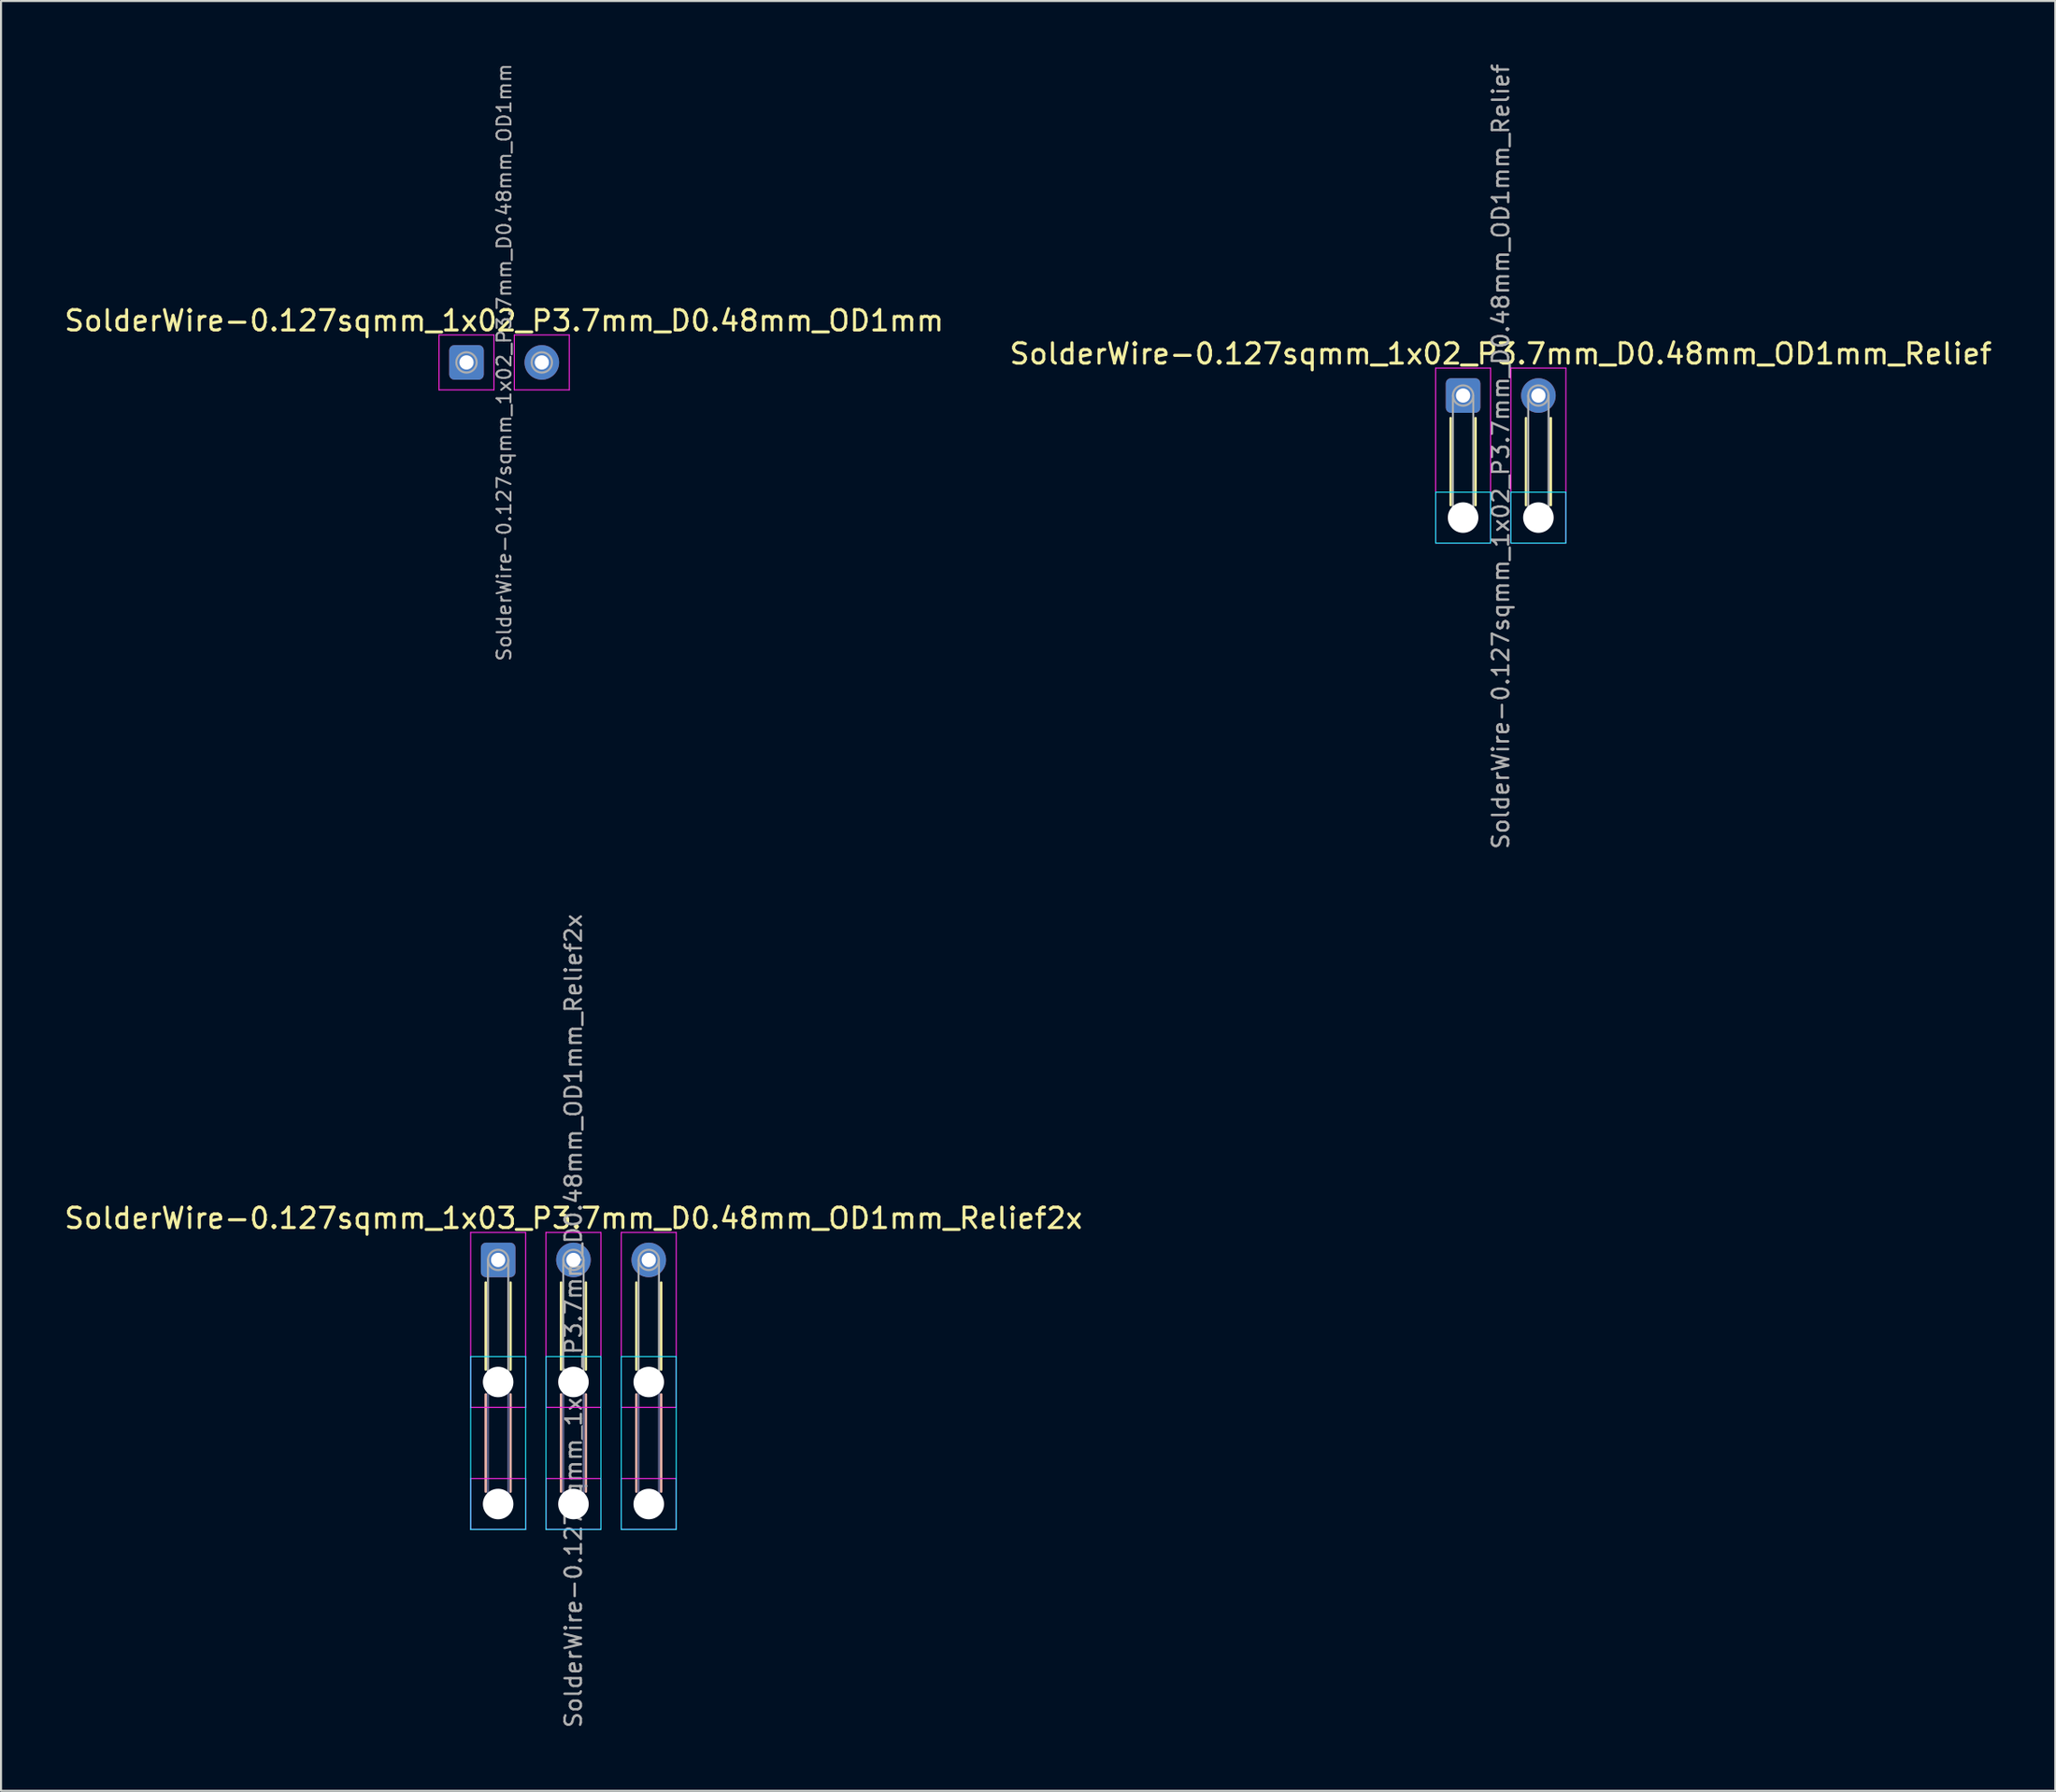
<source format=kicad_pcb>
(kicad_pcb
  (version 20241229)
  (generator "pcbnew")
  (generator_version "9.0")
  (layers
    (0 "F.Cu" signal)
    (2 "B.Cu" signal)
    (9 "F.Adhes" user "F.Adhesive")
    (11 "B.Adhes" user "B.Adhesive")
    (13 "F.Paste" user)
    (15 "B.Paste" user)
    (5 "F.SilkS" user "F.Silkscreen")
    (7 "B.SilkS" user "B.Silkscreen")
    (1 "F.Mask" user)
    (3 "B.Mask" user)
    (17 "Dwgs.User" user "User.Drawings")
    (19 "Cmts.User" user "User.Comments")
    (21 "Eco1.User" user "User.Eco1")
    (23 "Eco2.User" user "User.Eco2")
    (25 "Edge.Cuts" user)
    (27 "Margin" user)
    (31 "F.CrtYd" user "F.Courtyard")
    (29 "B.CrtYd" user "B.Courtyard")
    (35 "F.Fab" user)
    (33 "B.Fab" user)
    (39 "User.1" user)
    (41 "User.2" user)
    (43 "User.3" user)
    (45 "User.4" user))
  (footprint "SolderWire-0.127sqmm_1x02_P3.7mm_D0.48mm_OD1mm_Relief"
    (layer "F.Cu")
    (at 68.835 16.395)
    (property "Reference" "SolderWire-0.127sqmm_1x02_P3.7mm_D0.48mm_OD1mm_Relief" (at 1.85 -2.05 0) (layer "F.SilkS") (effects (font (size 1 1) (thickness 0.15))))
    (attr exclude_from_pos_files exclude_from_bom)
    (fp_line (start -0.61 1.11) (end -0.61 5.39) (stroke (width 0.12) (type solid)) (layer "F.SilkS"))
    (fp_line (start 0.61 1.11) (end 0.61 5.39) (stroke (width 0.12) (type solid)) (layer "F.SilkS"))
    (fp_line (start 3.09 1.11) (end 3.09 5.39) (stroke (width 0.12) (type solid)) (layer "F.SilkS"))
    (fp_line (start 4.31 1.11) (end 4.31 5.39) (stroke (width 0.12) (type solid)) (layer "F.SilkS"))
    (fp_line (start -1.35 4.75) (end -1.35 7.25) (stroke (width 0.05) (type solid)) (layer "B.CrtYd"))
    (fp_line (start -1.35 7.25) (end 1.35 7.25) (stroke (width 0.05) (type solid)) (layer "B.CrtYd"))
    (fp_line (start 1.35 4.75) (end -1.35 4.75) (stroke (width 0.05) (type solid)) (layer "B.CrtYd"))
    (fp_line (start 1.35 7.25) (end 1.35 4.75) (stroke (width 0.05) (type solid)) (layer "B.CrtYd"))
    (fp_line (start 2.35 4.75) (end 2.35 7.25) (stroke (width 0.05) (type solid)) (layer "B.CrtYd"))
    (fp_line (start 2.35 7.25) (end 5.05 7.25) (stroke (width 0.05) (type solid)) (layer "B.CrtYd"))
    (fp_line (start 5.05 4.75) (end 2.35 4.75) (stroke (width 0.05) (type solid)) (layer "B.CrtYd"))
    (fp_line (start 5.05 7.25) (end 5.05 4.75) (stroke (width 0.05) (type solid)) (layer "B.CrtYd"))
    (fp_line (start -1.35 -1.35) (end -1.35 7.25) (stroke (width 0.05) (type solid)) (layer "F.CrtYd"))
    (fp_line (start -1.35 7.25) (end 1.35 7.25) (stroke (width 0.05) (type solid)) (layer "F.CrtYd"))
    (fp_line (start 1.35 -1.35) (end -1.35 -1.35) (stroke (width 0.05) (type solid)) (layer "F.CrtYd"))
    (fp_line (start 1.35 7.25) (end 1.35 -1.35) (stroke (width 0.05) (type solid)) (layer "F.CrtYd"))
    (fp_line (start 2.35 -1.35) (end 2.35 7.25) (stroke (width 0.05) (type solid)) (layer "F.CrtYd"))
    (fp_line (start 2.35 7.25) (end 5.05 7.25) (stroke (width 0.05) (type solid)) (layer "F.CrtYd"))
    (fp_line (start 5.05 -1.35) (end 2.35 -1.35) (stroke (width 0.05) (type solid)) (layer "F.CrtYd"))
    (fp_line (start 5.05 7.25) (end 5.05 -1.35) (stroke (width 0.05) (type solid)) (layer "F.CrtYd"))
    (fp_line (start -0.5 0) (end -0.5 6) (stroke (width 0.1) (type solid)) (layer "F.Fab"))
    (fp_line (start 0.5 0) (end 0.5 6) (stroke (width 0.1) (type solid)) (layer "F.Fab"))
    (fp_line (start 3.2 0) (end 3.2 6) (stroke (width 0.1) (type solid)) (layer "F.Fab"))
    (fp_line (start 4.2 0) (end 4.2 6) (stroke (width 0.1) (type solid)) (layer "F.Fab"))
    (fp_circle (center 0 0) (end 0.5 0) (stroke (width 0.1) (type solid)) (fill no) (layer "F.Fab"))
    (fp_circle (center 0 6) (end 0.5 6) (stroke (width 0.1) (type solid)) (fill no) (layer "F.Fab"))
    (fp_circle (center 3.7 0) (end 4.2 0) (stroke (width 0.1) (type solid)) (fill no) (layer "F.Fab"))
    (fp_circle (center 3.7 6) (end 4.2 6) (stroke (width 0.1) (type solid)) (fill no) (layer "F.Fab"))
    (fp_text user "${REFERENCE}" (at 1.85 3 90) (layer "F.Fab") (effects (font (size 0.8 0.8) (thickness 0.12))))
    (pad "" np_thru_hole circle (at 0 6) (size 1.5 1.5) (drill 1.5) (layers "*.Cu" "*.Mask"))
    (pad "" np_thru_hole circle (at 3.7 6) (size 1.5 1.5) (drill 1.5) (layers "*.Cu" "*.Mask"))
    (pad "1" thru_hole roundrect (at 0 0) (size 1.7 1.7) (drill 0.7) (layers "*.Cu" "*.Mask") (roundrect_rratio 0.147))
    (pad "2" thru_hole circle (at 3.7 0) (size 1.7 1.7) (drill 0.7) (layers "*.Cu" "*.Mask")))
  (footprint "SolderWire-0.127sqmm_1x02_P3.7mm_D0.48mm_OD1mm"
    (layer "F.Cu")
    (at 19.87 14.767)
    (property "Reference" "SolderWire-0.127sqmm_1x02_P3.7mm_D0.48mm_OD1mm" (at 1.85 -2.05 0) (layer "F.SilkS") (effects (font (size 1 1) (thickness 0.15))))
    (attr exclude_from_pos_files exclude_from_bom)
    (fp_line (start -1.35 -1.35) (end -1.35 1.35) (stroke (width 0.05) (type solid)) (layer "F.CrtYd"))
    (fp_line (start -1.35 1.35) (end 1.35 1.35) (stroke (width 0.05) (type solid)) (layer "F.CrtYd"))
    (fp_line (start 1.35 -1.35) (end -1.35 -1.35) (stroke (width 0.05) (type solid)) (layer "F.CrtYd"))
    (fp_line (start 1.35 1.35) (end 1.35 -1.35) (stroke (width 0.05) (type solid)) (layer "F.CrtYd"))
    (fp_line (start 2.35 -1.35) (end 2.35 1.35) (stroke (width 0.05) (type solid)) (layer "F.CrtYd"))
    (fp_line (start 2.35 1.35) (end 5.05 1.35) (stroke (width 0.05) (type solid)) (layer "F.CrtYd"))
    (fp_line (start 5.05 -1.35) (end 2.35 -1.35) (stroke (width 0.05) (type solid)) (layer "F.CrtYd"))
    (fp_line (start 5.05 1.35) (end 5.05 -1.35) (stroke (width 0.05) (type solid)) (layer "F.CrtYd"))
    (fp_circle (center 0 0) (end 0.5 0) (stroke (width 0.1) (type solid)) (fill no) (layer "F.Fab"))
    (fp_circle (center 3.7 0) (end 4.2 0) (stroke (width 0.1) (type solid)) (fill no) (layer "F.Fab"))
    (fp_text user "${REFERENCE}" (at 1.85 0 90) (layer "F.Fab") (effects (font (size 0.68 0.68) (thickness 0.1))))
    (pad "1" thru_hole roundrect (at 0 0) (size 1.7 1.7) (drill 0.7) (layers "*.Cu" "*.Mask") (roundrect_rratio 0.147))
    (pad "2" thru_hole circle (at 3.7 0) (size 1.7 1.7) (drill 0.7) (layers "*.Cu" "*.Mask")))
  (footprint "SolderWire-0.127sqmm_1x03_P3.7mm_D0.48mm_OD1mm_Relief2x"
    (layer "F.Cu")
    (at 21.425 58.89)
    (property "Reference" "SolderWire-0.127sqmm_1x03_P3.7mm_D0.48mm_OD1mm_Relief2x" (at 3.7 -2.05 0) (layer "F.SilkS") (effects (font (size 1 1) (thickness 0.15))))
    (attr exclude_from_pos_files exclude_from_bom)
    (fp_line (start -0.61 1.11) (end -0.61 5.39) (stroke (width 0.12) (type solid)) (layer "F.SilkS"))
    (fp_line (start 0.61 1.11) (end 0.61 5.39) (stroke (width 0.12) (type solid)) (layer "F.SilkS"))
    (fp_line (start 3.09 1.11) (end 3.09 5.39) (stroke (width 0.12) (type solid)) (layer "F.SilkS"))
    (fp_line (start 4.31 1.11) (end 4.31 5.39) (stroke (width 0.12) (type solid)) (layer "F.SilkS"))
    (fp_line (start 6.79 1.11) (end 6.79 5.39) (stroke (width 0.12) (type solid)) (layer "F.SilkS"))
    (fp_line (start 8.01 1.11) (end 8.01 5.39) (stroke (width 0.12) (type solid)) (layer "F.SilkS"))
    (fp_line (start -0.61 6.61) (end -0.61 11.39) (stroke (width 0.12) (type solid)) (layer "B.SilkS"))
    (fp_line (start 0.61 6.61) (end 0.61 11.39) (stroke (width 0.12) (type solid)) (layer "B.SilkS"))
    (fp_line (start 3.09 6.61) (end 3.09 11.39) (stroke (width 0.12) (type solid)) (layer "B.SilkS"))
    (fp_line (start 4.31 6.61) (end 4.31 11.39) (stroke (width 0.12) (type solid)) (layer "B.SilkS"))
    (fp_line (start 6.79 6.61) (end 6.79 11.39) (stroke (width 0.12) (type solid)) (layer "B.SilkS"))
    (fp_line (start 8.01 6.61) (end 8.01 11.39) (stroke (width 0.12) (type solid)) (layer "B.SilkS"))
    (fp_line (start -1.35 4.75) (end -1.35 13.25) (stroke (width 0.05) (type solid)) (layer "B.CrtYd"))
    (fp_line (start -1.35 13.25) (end 1.35 13.25) (stroke (width 0.05) (type solid)) (layer "B.CrtYd"))
    (fp_line (start 1.35 4.75) (end -1.35 4.75) (stroke (width 0.05) (type solid)) (layer "B.CrtYd"))
    (fp_line (start 1.35 13.25) (end 1.35 4.75) (stroke (width 0.05) (type solid)) (layer "B.CrtYd"))
    (fp_line (start 2.35 4.75) (end 2.35 13.25) (stroke (width 0.05) (type solid)) (layer "B.CrtYd"))
    (fp_line (start 2.35 13.25) (end 5.05 13.25) (stroke (width 0.05) (type solid)) (layer "B.CrtYd"))
    (fp_line (start 5.05 4.75) (end 2.35 4.75) (stroke (width 0.05) (type solid)) (layer "B.CrtYd"))
    (fp_line (start 5.05 13.25) (end 5.05 4.75) (stroke (width 0.05) (type solid)) (layer "B.CrtYd"))
    (fp_line (start 6.05 4.75) (end 6.05 13.25) (stroke (width 0.05) (type solid)) (layer "B.CrtYd"))
    (fp_line (start 6.05 13.25) (end 8.75 13.25) (stroke (width 0.05) (type solid)) (layer "B.CrtYd"))
    (fp_line (start 8.75 4.75) (end 6.05 4.75) (stroke (width 0.05) (type solid)) (layer "B.CrtYd"))
    (fp_line (start 8.75 13.25) (end 8.75 4.75) (stroke (width 0.05) (type solid)) (layer "B.CrtYd"))
    (fp_line (start -1.35 -1.35) (end -1.35 7.25) (stroke (width 0.05) (type solid)) (layer "F.CrtYd"))
    (fp_line (start -1.35 7.25) (end 1.35 7.25) (stroke (width 0.05) (type solid)) (layer "F.CrtYd"))
    (fp_line (start -1.35 10.75) (end -1.35 13.25) (stroke (width 0.05) (type solid)) (layer "F.CrtYd"))
    (fp_line (start -1.35 13.25) (end 1.35 13.25) (stroke (width 0.05) (type solid)) (layer "F.CrtYd"))
    (fp_line (start 1.35 -1.35) (end -1.35 -1.35) (stroke (width 0.05) (type solid)) (layer "F.CrtYd"))
    (fp_line (start 1.35 7.25) (end 1.35 -1.35) (stroke (width 0.05) (type solid)) (layer "F.CrtYd"))
    (fp_line (start 1.35 10.75) (end -1.35 10.75) (stroke (width 0.05) (type solid)) (layer "F.CrtYd"))
    (fp_line (start 1.35 13.25) (end 1.35 10.75) (stroke (width 0.05) (type solid)) (layer "F.CrtYd"))
    (fp_line (start 2.35 -1.35) (end 2.35 7.25) (stroke (width 0.05) (type solid)) (layer "F.CrtYd"))
    (fp_line (start 2.35 7.25) (end 5.05 7.25) (stroke (width 0.05) (type solid)) (layer "F.CrtYd"))
    (fp_line (start 2.35 10.75) (end 2.35 13.25) (stroke (width 0.05) (type solid)) (layer "F.CrtYd"))
    (fp_line (start 2.35 13.25) (end 5.05 13.25) (stroke (width 0.05) (type solid)) (layer "F.CrtYd"))
    (fp_line (start 5.05 -1.35) (end 2.35 -1.35) (stroke (width 0.05) (type solid)) (layer "F.CrtYd"))
    (fp_line (start 5.05 7.25) (end 5.05 -1.35) (stroke (width 0.05) (type solid)) (layer "F.CrtYd"))
    (fp_line (start 5.05 10.75) (end 2.35 10.75) (stroke (width 0.05) (type solid)) (layer "F.CrtYd"))
    (fp_line (start 5.05 13.25) (end 5.05 10.75) (stroke (width 0.05) (type solid)) (layer "F.CrtYd"))
    (fp_line (start 6.05 -1.35) (end 6.05 7.25) (stroke (width 0.05) (type solid)) (layer "F.CrtYd"))
    (fp_line (start 6.05 7.25) (end 8.75 7.25) (stroke (width 0.05) (type solid)) (layer "F.CrtYd"))
    (fp_line (start 6.05 10.75) (end 6.05 13.25) (stroke (width 0.05) (type solid)) (layer "F.CrtYd"))
    (fp_line (start 6.05 13.25) (end 8.75 13.25) (stroke (width 0.05) (type solid)) (layer "F.CrtYd"))
    (fp_line (start 8.75 -1.35) (end 6.05 -1.35) (stroke (width 0.05) (type solid)) (layer "F.CrtYd"))
    (fp_line (start 8.75 7.25) (end 8.75 -1.35) (stroke (width 0.05) (type solid)) (layer "F.CrtYd"))
    (fp_line (start 8.75 10.75) (end 6.05 10.75) (stroke (width 0.05) (type solid)) (layer "F.CrtYd"))
    (fp_line (start 8.75 13.25) (end 8.75 10.75) (stroke (width 0.05) (type solid)) (layer "F.CrtYd"))
    (fp_line (start -0.5 6) (end -0.5 12) (stroke (width 0.1) (type solid)) (layer "B.Fab"))
    (fp_line (start 0.5 6) (end 0.5 12) (stroke (width 0.1) (type solid)) (layer "B.Fab"))
    (fp_line (start 3.2 6) (end 3.2 12) (stroke (width 0.1) (type solid)) (layer "B.Fab"))
    (fp_line (start 4.2 6) (end 4.2 12) (stroke (width 0.1) (type solid)) (layer "B.Fab"))
    (fp_line (start 6.9 6) (end 6.9 12) (stroke (width 0.1) (type solid)) (layer "B.Fab"))
    (fp_line (start 7.9 6) (end 7.9 12) (stroke (width 0.1) (type solid)) (layer "B.Fab"))
    (fp_circle (center 0 6) (end 0.5 6) (stroke (width 0.1) (type solid)) (fill no) (layer "B.Fab"))
    (fp_circle (center 0 12) (end 0.5 12) (stroke (width 0.1) (type solid)) (fill no) (layer "B.Fab"))
    (fp_circle (center 3.7 6) (end 4.2 6) (stroke (width 0.1) (type solid)) (fill no) (layer "B.Fab"))
    (fp_circle (center 3.7 12) (end 4.2 12) (stroke (width 0.1) (type solid)) (fill no) (layer "B.Fab"))
    (fp_circle (center 7.4 6) (end 7.9 6) (stroke (width 0.1) (type solid)) (fill no) (layer "B.Fab"))
    (fp_circle (center 7.4 12) (end 7.9 12) (stroke (width 0.1) (type solid)) (fill no) (layer "B.Fab"))
    (fp_line (start -0.5 0) (end -0.5 6) (stroke (width 0.1) (type solid)) (layer "F.Fab"))
    (fp_line (start 0.5 0) (end 0.5 6) (stroke (width 0.1) (type solid)) (layer "F.Fab"))
    (fp_line (start 3.2 0) (end 3.2 6) (stroke (width 0.1) (type solid)) (layer "F.Fab"))
    (fp_line (start 4.2 0) (end 4.2 6) (stroke (width 0.1) (type solid)) (layer "F.Fab"))
    (fp_line (start 6.9 0) (end 6.9 6) (stroke (width 0.1) (type solid)) (layer "F.Fab"))
    (fp_line (start 7.9 0) (end 7.9 6) (stroke (width 0.1) (type solid)) (layer "F.Fab"))
    (fp_circle (center 0 0) (end 0.5 0) (stroke (width 0.1) (type solid)) (fill no) (layer "F.Fab"))
    (fp_circle (center 0 6) (end 0.5 6) (stroke (width 0.1) (type solid)) (fill no) (layer "F.Fab"))
    (fp_circle (center 0 12) (end 0.5 12) (stroke (width 0.1) (type solid)) (fill no) (layer "F.Fab"))
    (fp_circle (center 3.7 0) (end 4.2 0) (stroke (width 0.1) (type solid)) (fill no) (layer "F.Fab"))
    (fp_circle (center 3.7 6) (end 4.2 6) (stroke (width 0.1) (type solid)) (fill no) (layer "F.Fab"))
    (fp_circle (center 3.7 12) (end 4.2 12) (stroke (width 0.1) (type solid)) (fill no) (layer "F.Fab"))
    (fp_circle (center 7.4 0) (end 7.9 0) (stroke (width 0.1) (type solid)) (fill no) (layer "F.Fab"))
    (fp_circle (center 7.4 6) (end 7.9 6) (stroke (width 0.1) (type solid)) (fill no) (layer "F.Fab"))
    (fp_circle (center 7.4 12) (end 7.9 12) (stroke (width 0.1) (type solid)) (fill no) (layer "F.Fab"))
    (fp_text user "${REFERENCE}" (at 3.7 3 90) (layer "F.Fab") (effects (font (size 0.8 0.8) (thickness 0.12))))
    (pad "" np_thru_hole circle (at 0 6) (size 1.5 1.5) (drill 1.5) (layers "*.Cu" "*.Mask"))
    (pad "" np_thru_hole circle (at 0 12) (size 1.5 1.5) (drill 1.5) (layers "*.Cu" "*.Mask"))
    (pad "" np_thru_hole circle (at 3.7 6) (size 1.5 1.5) (drill 1.5) (layers "*.Cu" "*.Mask"))
    (pad "" np_thru_hole circle (at 3.7 12) (size 1.5 1.5) (drill 1.5) (layers "*.Cu" "*.Mask"))
    (pad "" np_thru_hole circle (at 7.4 6) (size 1.5 1.5) (drill 1.5) (layers "*.Cu" "*.Mask"))
    (pad "" np_thru_hole circle (at 7.4 12) (size 1.5 1.5) (drill 1.5) (layers "*.Cu" "*.Mask"))
    (pad "1" thru_hole roundrect (at 0 0) (size 1.7 1.7) (drill 0.7) (layers "*.Cu" "*.Mask") (roundrect_rratio 0.147))
    (pad "2" thru_hole circle (at 3.7 0) (size 1.7 1.7) (drill 0.7) (layers "*.Cu" "*.Mask"))
    (pad "3" thru_hole circle (at 7.4 0) (size 1.7 1.7) (drill 0.7) (layers "*.Cu" "*.Mask")))
  (gr_rect
    (start -3 -3)
    (end 97.929 84.99)
    (stroke (width 0.1) (type default))
    (fill no)
    (layer "Edge.Cuts")))
</source>
